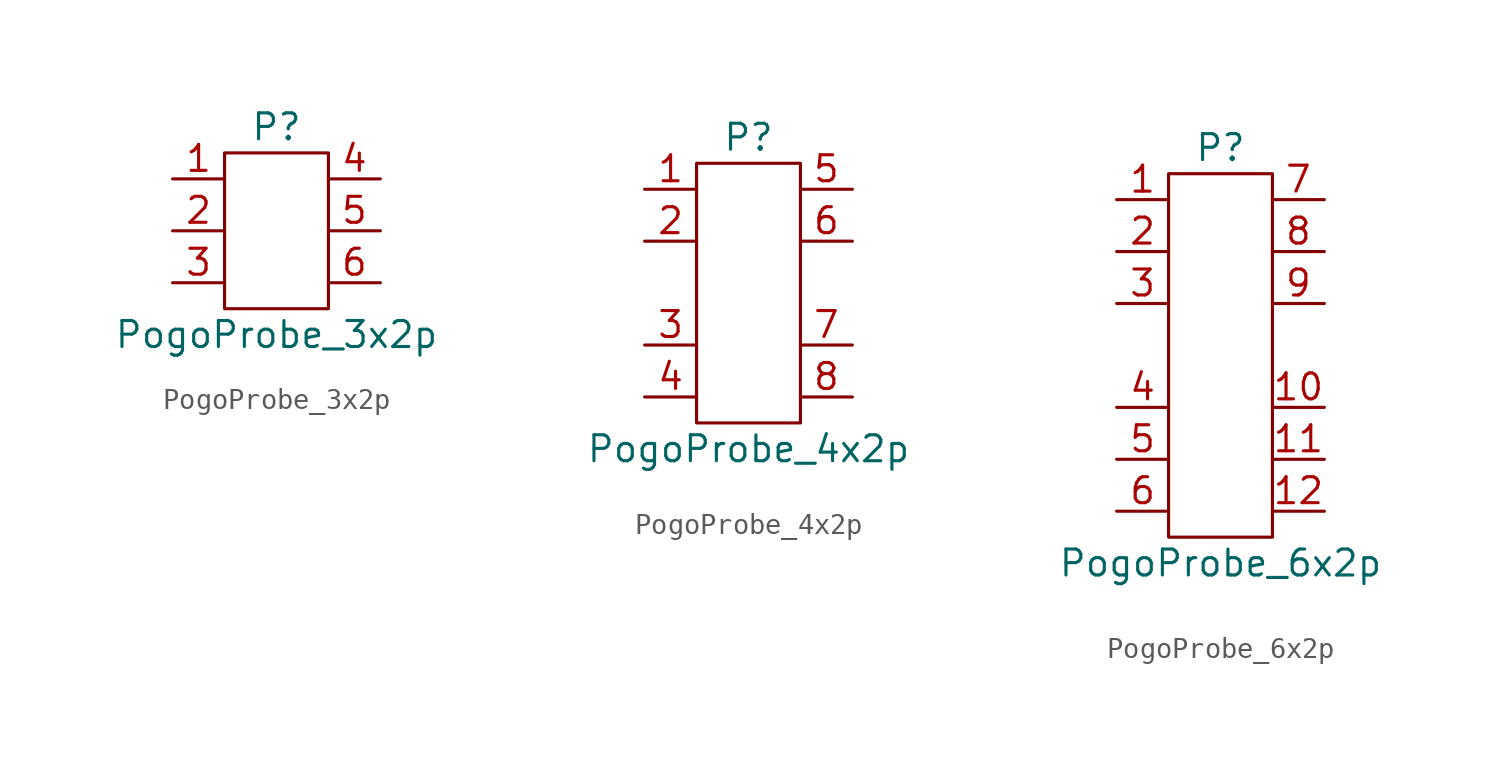
<source format=kicad_sym>
(kicad_symbol_lib
  (version 20211014)
  (generator kicad_symbol_editor)
  (symbol "PogoProbe_3x2p"
    (property "Reference" "P"
      (at 0 5.08 0)
      (effects (font (size 1.27 1.27))))
    (property "Value" "PogoProbe_3x2p"
      (at 0 -5.08 0)
      (effects (font (size 1.27 1.27))))
    (symbol "PogoProbe_3x2p_0_1"
      (rectangle (start -2.54 3.81) (end 2.54 -3.81) (stroke (width 0) (type default) (color 0 0 0 0)) (fill (type none))))
    (symbol "PogoProbe_3x2p_1_1"
      (pin tri_state line (at -5.08 2.54 0) (length 2.54) (name "" (effects (font (size 1.27 1.27)))) (number "1" (effects (font (size 1.27 1.27)))))
      (pin tri_state line (at -5.08 0 0) (length 2.54) (name "" (effects (font (size 1.27 1.27)))) (number "2" (effects (font (size 1.27 1.27)))))
      (pin tri_state line (at -5.08 -2.54 0) (length 2.54) (name "" (effects (font (size 1.27 1.27)))) (number "3" (effects (font (size 1.27 1.27)))))
      (pin tri_state line (at 5.08 2.54 180) (length 2.54) (name "" (effects (font (size 1.27 1.27)))) (number "4" (effects (font (size 1.27 1.27)))))
      (pin tri_state line (at 5.08 0 180) (length 2.54) (name "" (effects (font (size 1.27 1.27)))) (number "5" (effects (font (size 1.27 1.27)))))
      (pin tri_state line (at 5.08 -2.54 180) (length 2.54) (name "" (effects (font (size 1.27 1.27)))) (number "6" (effects (font (size 1.27 1.27)))))))
  (symbol "PogoProbe_4x2p"
    (property "Reference" "P"
      (at 0 7.62 0)
      (effects (font (size 1.27 1.27))))
    (property "Value" "PogoProbe_4x2p"
      (at 0 -7.62 0)
      (effects (font (size 1.27 1.27))))
    (symbol "PogoProbe_4x2p_0_1"
      (rectangle (start -2.54 6.35) (end 2.54 -6.35) (stroke (width 0) (type default) (color 0 0 0 0)) (fill (type none))))
    (symbol "PogoProbe_4x2p_1_1"
      (pin free line (at -5.08 5.08 0) (length 2.54) (name "" (effects (font (size 1.27 1.27)))) (number "1" (effects (font (size 1.27 1.27)))))
      (pin free line (at -5.08 2.54 0) (length 2.54) (name "" (effects (font (size 1.27 1.27)))) (number "2" (effects (font (size 1.27 1.27)))))
      (pin free line (at -5.08 -2.54 0) (length 2.54) (name "" (effects (font (size 1.27 1.27)))) (number "3" (effects (font (size 1.27 1.27)))))
      (pin free line (at -5.08 -5.08 0) (length 2.54) (name "" (effects (font (size 1.27 1.27)))) (number "4" (effects (font (size 1.27 1.27)))))
      (pin free line (at 5.08 5.08 180) (length 2.54) (name "" (effects (font (size 1.27 1.27)))) (number "5" (effects (font (size 1.27 1.27)))))
      (pin free line (at 5.08 2.54 180) (length 2.54) (name "" (effects (font (size 1.27 1.27)))) (number "6" (effects (font (size 1.27 1.27)))))
      (pin free line (at 5.08 -2.54 180) (length 2.54) (name "" (effects (font (size 1.27 1.27)))) (number "7" (effects (font (size 1.27 1.27)))))
      (pin free line (at 5.08 -5.08 180) (length 2.54) (name "" (effects (font (size 1.27 1.27)))) (number "8" (effects (font (size 1.27 1.27)))))))
  (symbol "PogoProbe_6x2p"
    (property "Reference" "P"
      (at 0 10.16 0)
      (effects (font (size 1.27 1.27))))
    (property "Value" "PogoProbe_6x2p"
      (at 0 -10.16 0)
      (effects (font (size 1.27 1.27))))
    (symbol "PogoProbe_6x2p_0_1"
      (rectangle (start -2.54 8.89) (end 2.54 -8.89) (stroke (width 0) (type default) (color 0 0 0 0)) (fill (type none))))
    (symbol "PogoProbe_6x2p_1_1"
      (pin free line (at -5.08 7.62 0) (length 2.54) (name "" (effects (font (size 1.27 1.27)))) (number "1" (effects (font (size 1.27 1.27)))))
      (pin free line (at 5.08 -2.54 180) (length 2.54) (name "" (effects (font (size 1.27 1.27)))) (number "10" (effects (font (size 1.27 1.27)))))
      (pin free line (at 5.08 -5.08 180) (length 2.54) (name "" (effects (font (size 1.27 1.27)))) (number "11" (effects (font (size 1.27 1.27)))))
      (pin free line (at 5.08 -7.62 180) (length 2.54) (name "" (effects (font (size 1.27 1.27)))) (number "12" (effects (font (size 1.27 1.27)))))
      (pin free line (at -5.08 5.08 0) (length 2.54) (name "" (effects (font (size 1.27 1.27)))) (number "2" (effects (font (size 1.27 1.27)))))
      (pin free line (at -5.08 2.54 0) (length 2.54) (name "" (effects (font (size 1.27 1.27)))) (number "3" (effects (font (size 1.27 1.27)))))
      (pin free line (at -5.08 -2.54 0) (length 2.54) (name "" (effects (font (size 1.27 1.27)))) (number "4" (effects (font (size 1.27 1.27)))))
      (pin free line (at -5.08 -5.08 0) (length 2.54) (name "" (effects (font (size 1.27 1.27)))) (number "5" (effects (font (size 1.27 1.27)))))
      (pin free line (at -5.08 -7.62 0) (length 2.54) (name "" (effects (font (size 1.27 1.27)))) (number "6" (effects (font (size 1.27 1.27)))))
      (pin free line (at 5.08 7.62 180) (length 2.54) (name "" (effects (font (size 1.27 1.27)))) (number "7" (effects (font (size 1.27 1.27)))))
      (pin free line (at 5.08 5.08 180) (length 2.54) (name "" (effects (font (size 1.27 1.27)))) (number "8" (effects (font (size 1.27 1.27)))))
      (pin free line (at 5.08 2.54 180) (length 2.54) (name "" (effects (font (size 1.27 1.27)))) (number "9" (effects (font (size 1.27 1.27))))))))
</source>
